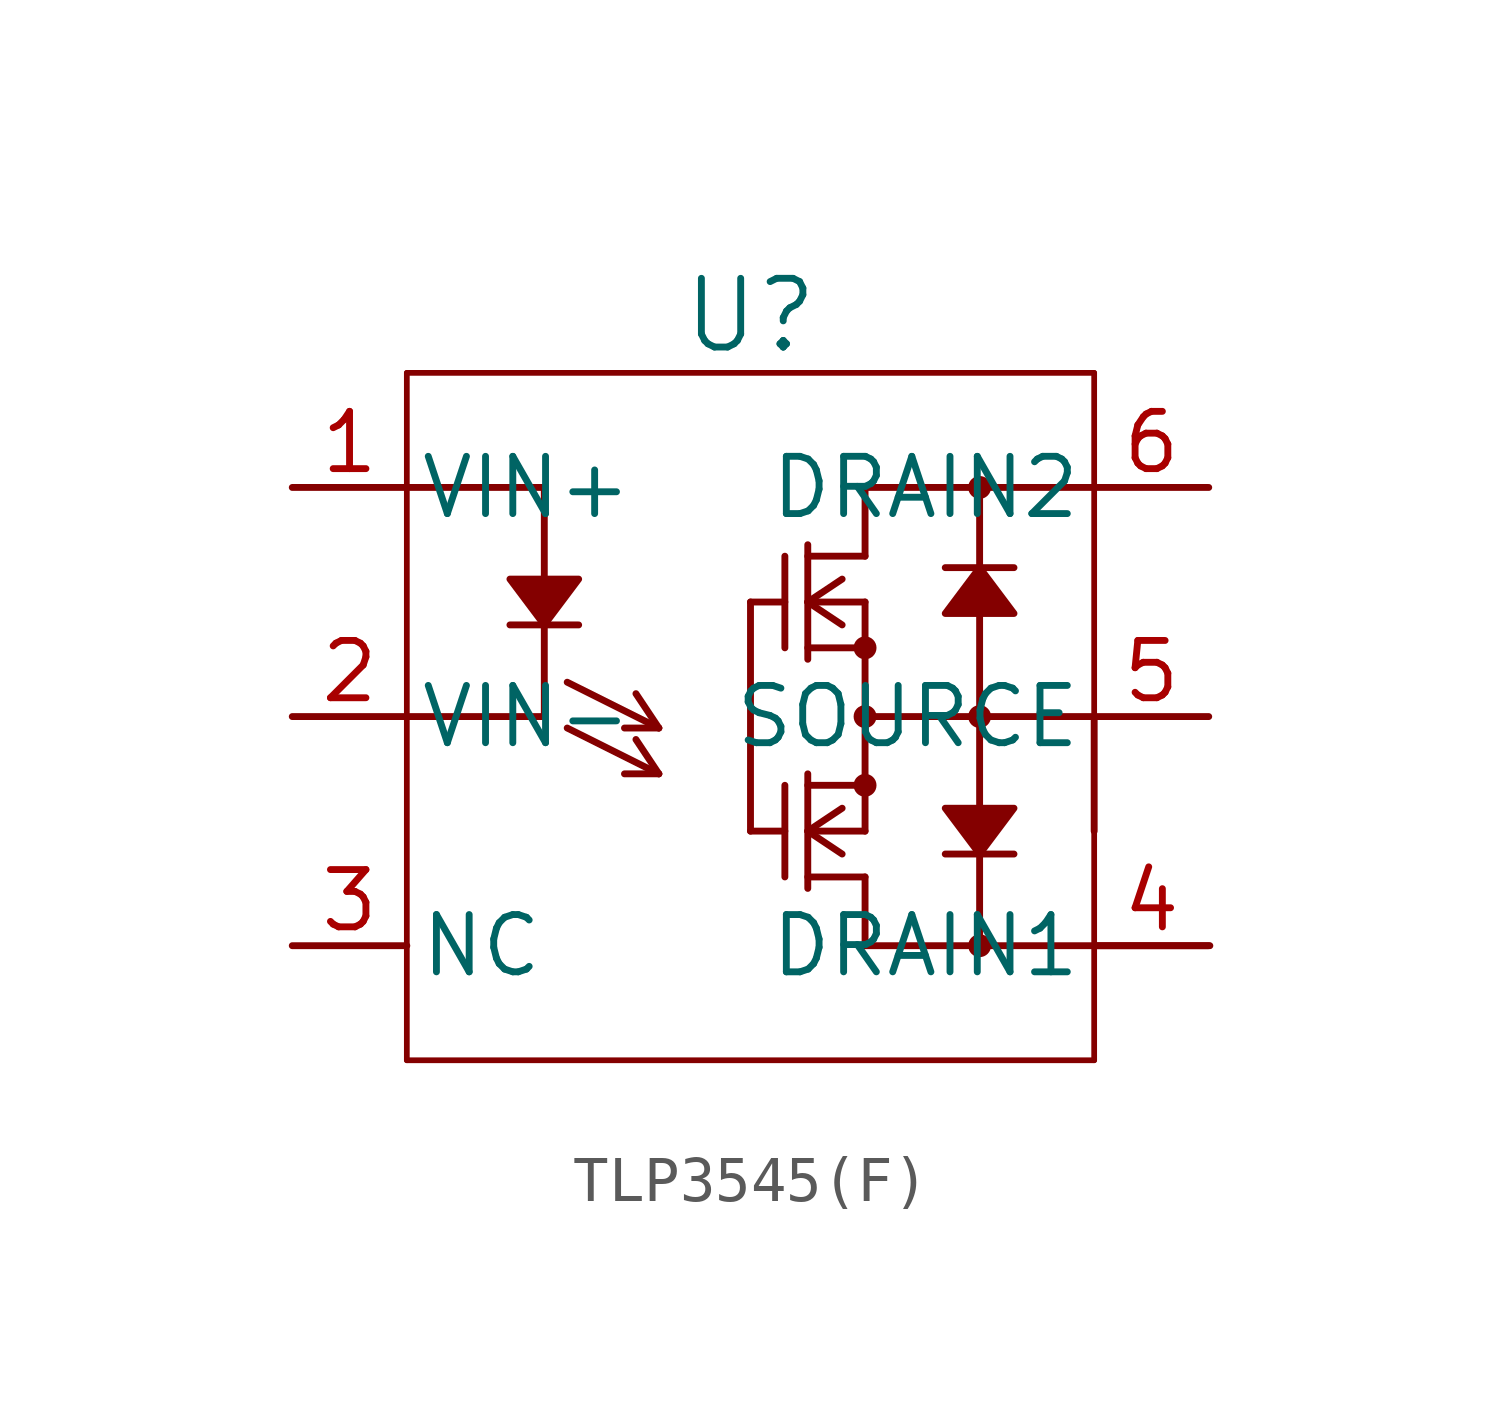
<source format=kicad_sym>
(kicad_symbol_lib
  (version 20220914)
  (generator kicad_symbol_editor)
  (symbol "TLP3545(F)"
    (pin_names
      (offset 0.254))
    (property "Reference" "U"
      (at 7.62 1.27 0)
      (effects (font (size 1.524 1.524))))
    (symbol "TLP3545(F)_0_1"
      (polyline (pts (xy 0 -15.24) (xy 0 0)) (stroke (width 0.127) (type default)) (fill (type none)))
      (polyline (pts (xy 0 0) (xy 15.24 0)) (stroke (width 0.127) (type default)) (fill (type none)))
      (polyline (pts (xy 2.286 -5.588) (xy 3.81 -5.588)) (stroke (width 0) (type default)) (fill (type none)))
      (polyline (pts (xy 3.048 -7.62) (xy 0 -7.62)) (stroke (width 0) (type default)) (fill (type none)))
      (polyline (pts (xy 3.048 -5.588) (xy 3.048 -7.62)) (stroke (width 0) (type default)) (fill (type none)))
      (polyline (pts (xy 3.048 -4.572) (xy 3.048 -2.54)) (stroke (width 0) (type default)) (fill (type none)))
      (polyline (pts (xy 3.048 -2.54) (xy 0 -2.54)) (stroke (width 0) (type default)) (fill (type none)))
      (polyline (pts (xy 3.556 -7.874) (xy 5.588 -8.89)) (stroke (width 0) (type default)) (fill (type none)))
      (polyline (pts (xy 3.556 -6.858) (xy 5.588 -7.874)) (stroke (width 0) (type default)) (fill (type none)))
      (polyline (pts (xy 5.588 -8.89) (xy 4.826 -8.89)) (stroke (width 0) (type default)) (fill (type none)))
      (polyline (pts (xy 5.588 -8.89) (xy 5.08 -8.128)) (stroke (width 0) (type default)) (fill (type none)))
      (polyline (pts (xy 5.588 -7.874) (xy 4.826 -7.874)) (stroke (width 0) (type default)) (fill (type none)))
      (polyline (pts (xy 5.588 -7.874) (xy 5.08 -7.112)) (stroke (width 0) (type default)) (fill (type none)))
      (polyline (pts (xy 7.62 -10.16) (xy 8.382 -10.16)) (stroke (width 0) (type default)) (fill (type none)))
      (polyline (pts (xy 7.62 -5.08) (xy 7.62 -10.16)) (stroke (width 0) (type default)) (fill (type none)))
      (polyline (pts (xy 7.62 -5.08) (xy 8.382 -5.08)) (stroke (width 0) (type default)) (fill (type none)))
      (polyline (pts (xy 8.382 -9.144) (xy 8.382 -11.176)) (stroke (width 0) (type default)) (fill (type none)))
      (polyline (pts (xy 8.382 -4.064) (xy 8.382 -6.096)) (stroke (width 0) (type default)) (fill (type none)))
      (polyline (pts (xy 8.89 -11.176) (xy 10.16 -11.176)) (stroke (width 0) (type default)) (fill (type none)))
      (polyline (pts (xy 8.89 -10.16) (xy 9.652 -10.668)) (stroke (width 0) (type default)) (fill (type none)))
      (polyline (pts (xy 8.89 -10.16) (xy 9.652 -9.652)) (stroke (width 0) (type default)) (fill (type none)))
      (polyline (pts (xy 8.89 -10.16) (xy 10.16 -10.16)) (stroke (width 0) (type default)) (fill (type none)))
      (polyline (pts (xy 8.89 -9.144) (xy 10.16 -9.144)) (stroke (width 0) (type default)) (fill (type none)))
      (polyline (pts (xy 8.89 -8.89) (xy 8.89 -11.43)) (stroke (width 0) (type default)) (fill (type none)))
      (polyline (pts (xy 8.89 -6.096) (xy 10.16 -6.096)) (stroke (width 0) (type default)) (fill (type none)))
      (polyline (pts (xy 8.89 -5.08) (xy 9.652 -5.588)) (stroke (width 0) (type default)) (fill (type none)))
      (polyline (pts (xy 8.89 -5.08) (xy 9.652 -4.572)) (stroke (width 0) (type default)) (fill (type none)))
      (polyline (pts (xy 8.89 -5.08) (xy 10.16 -5.08)) (stroke (width 0) (type default)) (fill (type none)))
      (polyline (pts (xy 8.89 -4.064) (xy 10.16 -4.064)) (stroke (width 0) (type default)) (fill (type none)))
      (polyline (pts (xy 8.89 -3.81) (xy 8.89 -6.35)) (stroke (width 0) (type default)) (fill (type none)))
      (polyline (pts (xy 10.16 -12.7) (xy 12.446 -12.7)) (stroke (width 0) (type default)) (fill (type none)))
      (polyline (pts (xy 10.16 -11.176) (xy 10.16 -12.7)) (stroke (width 0) (type default)) (fill (type none)))
      (polyline (pts (xy 10.16 -7.62) (xy 15.24 -7.62)) (stroke (width 0) (type default)) (fill (type none)))
      (polyline (pts (xy 10.16 -5.08) (xy 10.16 -10.16)) (stroke (width 0) (type default)) (fill (type none)))
      (polyline (pts (xy 10.16 -4.064) (xy 10.16 -2.54)) (stroke (width 0) (type default)) (fill (type none)))
      (polyline (pts (xy 10.16 -2.54) (xy 12.7 -2.54)) (stroke (width 0) (type default)) (fill (type none)))
      (polyline (pts (xy 11.938 -10.668) (xy 13.462 -10.668)) (stroke (width 0) (type default)) (fill (type none)))
      (polyline (pts (xy 11.938 -4.318) (xy 13.462 -4.318)) (stroke (width 0) (type default)) (fill (type none)))
      (polyline (pts (xy 12.7 -12.7) (xy 15.24 -12.7)) (stroke (width 0) (type default)) (fill (type none)))
      (polyline (pts (xy 12.7 -10.668) (xy 12.7 -12.7)) (stroke (width 0) (type default)) (fill (type none)))
      (polyline (pts (xy 12.7 -7.62) (xy 12.7 -9.652)) (stroke (width 0) (type default)) (fill (type none)))
      (polyline (pts (xy 12.7 -5.334) (xy 12.7 -7.62)) (stroke (width 0) (type default)) (fill (type none)))
      (polyline (pts (xy 12.7 -2.54) (xy 12.7 -4.318)) (stroke (width 0) (type default)) (fill (type none)))
      (polyline (pts (xy 12.7 -2.54) (xy 15.24 -2.54)) (stroke (width 0) (type default)) (fill (type none)))
      (polyline (pts (xy 15.24 -15.24) (xy 0 -15.24)) (stroke (width 0.127) (type default)) (fill (type none)))
      (polyline (pts (xy 15.24 -10.16) (xy 15.24 -7.62)) (stroke (width 0) (type default)) (fill (type none)))
      (polyline (pts (xy 15.24 0) (xy 15.24 -15.24)) (stroke (width 0.127) (type default)) (fill (type none)))
      (polyline (pts (xy 17.805 -12.7) (xy 15.265 -12.7)) (stroke (width 0) (type default)) (fill (type none)))
      (polyline (pts (xy 2.286 -4.572) (xy 2.286 -4.572) (xy 3.81 -4.572) (xy 3.048 -5.588) (xy 2.286 -4.572)) (stroke (width 0) (type default)) (fill (type outline)))
      (polyline (pts (xy 11.938 -9.652) (xy 11.938 -9.652) (xy 13.462 -9.652) (xy 12.7 -10.668) (xy 11.938 -9.652)) (stroke (width 0) (type default)) (fill (type outline)))
      (polyline (pts (xy 13.462 -5.334) (xy 13.462 -5.334) (xy 11.938 -5.334) (xy 12.7 -4.318) (xy 13.462 -5.334)) (stroke (width 0) (type default)) (fill (type outline)))
      (circle (center 10.16 -9.144) (radius 0.127) (stroke (width 0.254) (type default)) (fill (type none)))
      (circle (center 10.16 -7.62) (radius 0.127) (stroke (width 0.254) (type default)) (fill (type none)))
      (circle (center 10.16 -6.096) (radius 0.127) (stroke (width 0.254) (type default)) (fill (type none)))
      (circle (center 12.7 -12.7) (radius 0.127) (stroke (width 0.254) (type default)) (fill (type none)))
      (circle (center 12.7 -7.62) (radius 0.127) (stroke (width 0.254) (type default)) (fill (type none)))
      (circle (center 12.7 -2.54) (radius 0.127) (stroke (width 0.254) (type default)) (fill (type none)))
      (pin passive line (at -2.54 -2.54 0) (length 2.54) (name "VIN+" (effects (font (size 1.27 1.27)))) (number "1" (effects (font (size 1.27 1.27)))))
      (pin passive line (at -2.54 -7.62 0) (length 2.54) (name "VIN-" (effects (font (size 1.27 1.27)))) (number "2" (effects (font (size 1.27 1.27)))))
      (pin passive line (at -2.54 -12.7 0) (length 2.54) (name "NC" (effects (font (size 1.27 1.27)))) (number "3" (effects (font (size 1.27 1.27)))))
      (pin passive line (at 17.78 -12.7 180) (length 2.54) (name "DRAIN1" (effects (font (size 1.27 1.27)))) (number "4" (effects (font (size 1.27 1.27)))))
      (pin passive line (at 17.78 -7.62 180) (length 2.54) (name "SOURCE" (effects (font (size 1.27 1.27)))) (number "5" (effects (font (size 1.27 1.27)))))
      (pin passive line (at 17.78 -2.54 180) (length 2.54) (name "DRAIN2" (effects (font (size 1.27 1.27)))) (number "6" (effects (font (size 1.27 1.27))))))))
</source>
